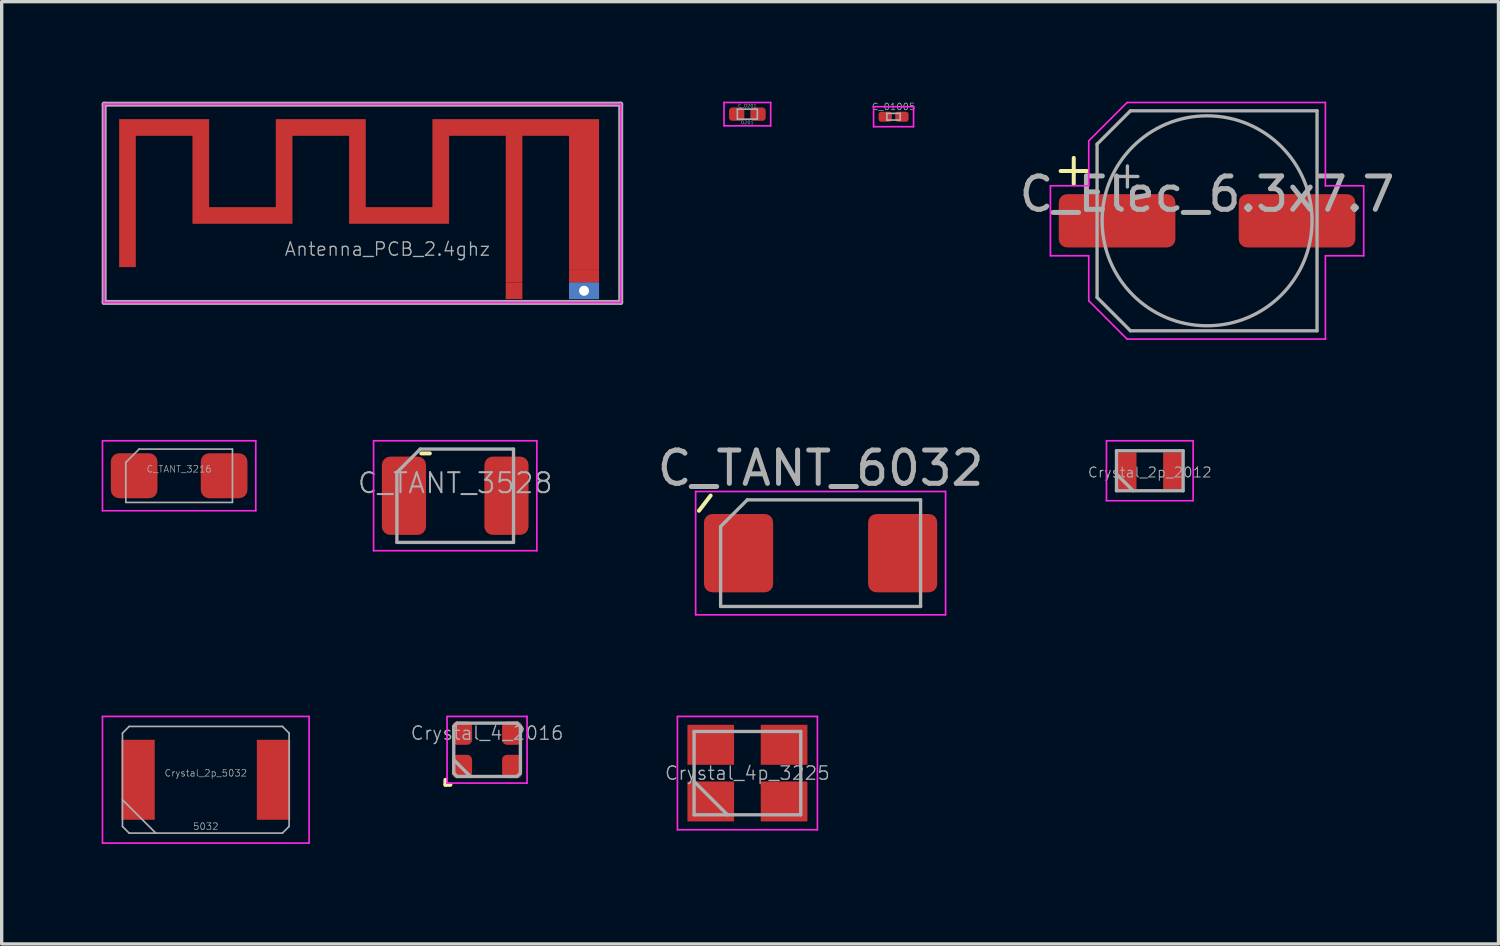
<source format=kicad_pcb>
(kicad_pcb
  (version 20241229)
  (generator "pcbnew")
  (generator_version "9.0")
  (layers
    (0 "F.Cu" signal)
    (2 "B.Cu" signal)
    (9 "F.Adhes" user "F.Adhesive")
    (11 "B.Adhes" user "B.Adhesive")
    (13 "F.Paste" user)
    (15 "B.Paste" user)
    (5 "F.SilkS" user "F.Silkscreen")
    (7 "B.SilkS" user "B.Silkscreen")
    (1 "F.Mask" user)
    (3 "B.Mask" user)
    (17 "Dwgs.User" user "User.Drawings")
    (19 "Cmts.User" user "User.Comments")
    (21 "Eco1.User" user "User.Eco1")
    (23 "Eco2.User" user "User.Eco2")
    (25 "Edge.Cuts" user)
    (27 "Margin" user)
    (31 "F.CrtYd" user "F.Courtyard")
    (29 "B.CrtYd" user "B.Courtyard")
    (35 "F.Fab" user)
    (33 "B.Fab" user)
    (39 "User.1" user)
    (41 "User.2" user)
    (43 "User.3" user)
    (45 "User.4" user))
  (footprint "C_Elec_6.3x7.7"
    (layer "F.Cu")
    (at 33.169 3.575)
    (property "Reference" "C_Elec_6.3x7.7" (at 0 -0.8 0) (layer "F.Fab") (effects (font (size 1 1) (thickness 0.15))))
    (attr smd)
    (fp_line (start -4.394 -1.494) (end -3.606 -1.494) (stroke (width 0.12) (type solid)) (layer "F.SilkS"))
    (fp_line (start -4 -1.887) (end -4 -1.1) (stroke (width 0.12) (type solid)) (layer "F.SilkS"))
    (fp_line (start -4.7 -1.05) (end -4.7 1.05) (stroke (width 0.05) (type solid)) (layer "F.CrtYd"))
    (fp_line (start -4.7 1.05) (end -3.55 1.05) (stroke (width 0.05) (type solid)) (layer "F.CrtYd"))
    (fp_line (start -3.55 -2.4) (end -3.55 -1.05) (stroke (width 0.05) (type solid)) (layer "F.CrtYd"))
    (fp_line (start -3.55 -2.4) (end -2.4 -3.55) (stroke (width 0.05) (type solid)) (layer "F.CrtYd"))
    (fp_line (start -3.55 -1.05) (end -4.7 -1.05) (stroke (width 0.05) (type solid)) (layer "F.CrtYd"))
    (fp_line (start -3.55 1.05) (end -3.55 2.4) (stroke (width 0.05) (type solid)) (layer "F.CrtYd"))
    (fp_line (start -2.4 -3.55) (end 3.55 -3.55) (stroke (width 0.05) (type solid)) (layer "F.CrtYd"))
    (fp_line (start -2.4 3.55) (end -3.55 2.4) (stroke (width 0.05) (type solid)) (layer "F.CrtYd"))
    (fp_line (start -2.4 3.55) (end 3.55 3.55) (stroke (width 0.05) (type solid)) (layer "F.CrtYd"))
    (fp_line (start 3.55 -3.55) (end 3.55 -1.05) (stroke (width 0.05) (type solid)) (layer "F.CrtYd"))
    (fp_line (start 3.55 -1.05) (end 4.7 -1.05) (stroke (width 0.05) (type solid)) (layer "F.CrtYd"))
    (fp_line (start 3.55 1.05) (end 3.55 3.55) (stroke (width 0.05) (type solid)) (layer "F.CrtYd"))
    (fp_line (start 4.7 -1.05) (end 4.7 1.05) (stroke (width 0.05) (type solid)) (layer "F.CrtYd"))
    (fp_line (start 4.7 1.05) (end 3.55 1.05) (stroke (width 0.05) (type solid)) (layer "F.CrtYd"))
    (fp_line (start -3.3 -2.3) (end -3.3 2.3) (stroke (width 0.1) (type solid)) (layer "F.Fab"))
    (fp_line (start -3.3 -2.3) (end -2.3 -3.3) (stroke (width 0.1) (type solid)) (layer "F.Fab"))
    (fp_line (start -3.3 2.3) (end -2.3 3.3) (stroke (width 0.1) (type solid)) (layer "F.Fab"))
    (fp_line (start -2.705 -1.33) (end -2.075 -1.33) (stroke (width 0.1) (type solid)) (layer "F.Fab"))
    (fp_line (start -2.39 -1.645) (end -2.39 -1.015) (stroke (width 0.1) (type solid)) (layer "F.Fab"))
    (fp_line (start -2.3 -3.3) (end 3.3 -3.3) (stroke (width 0.1) (type solid)) (layer "F.Fab"))
    (fp_line (start -2.3 3.3) (end 3.3 3.3) (stroke (width 0.1) (type solid)) (layer "F.Fab"))
    (fp_line (start 3.3 -3.3) (end 3.3 3.3) (stroke (width 0.1) (type solid)) (layer "F.Fab"))
    (fp_circle (center 0 0) (end 3.15 0) (stroke (width 0.1) (type solid)) (fill no) (layer "F.Fab"))
    (pad "1" smd roundrect (at -2.7 0) (size 3.5 1.6) (layers "F.Cu" "F.Mask" "F.Paste") (roundrect_rratio 0.156))
    (pad "2" smd roundrect (at 2.7 0) (size 3.5 1.6) (layers "F.Cu" "F.Mask" "F.Paste") (roundrect_rratio 0.156)))
  (footprint "C_TANT_3528"
    (layer "F.Cu")
    (at 10.609 11.825)
    (property "Reference" "C_TANT_3528" (at 0 -0.381 0) (layer "F.Fab") (effects (font (size 0.6 0.6) (thickness 0.06))))
    (attr smd)
    (fp_line (start -1.016 -1.27) (end -0.762 -1.27) (stroke (width 0.12) (type solid)) (layer "F.SilkS"))
    (fp_line (start -2.45 -1.65) (end 2.45 -1.65) (stroke (width 0.05) (type solid)) (layer "F.CrtYd"))
    (fp_line (start -2.45 1.65) (end -2.45 -1.65) (stroke (width 0.05) (type solid)) (layer "F.CrtYd"))
    (fp_line (start 2.45 -1.65) (end 2.45 1.65) (stroke (width 0.05) (type solid)) (layer "F.CrtYd"))
    (fp_line (start 2.45 1.65) (end -2.45 1.65) (stroke (width 0.05) (type solid)) (layer "F.CrtYd"))
    (fp_line (start -1.75 -0.7) (end -1.75 1.4) (stroke (width 0.1) (type solid)) (layer "F.Fab"))
    (fp_line (start -1.75 1.4) (end 1.75 1.4) (stroke (width 0.1) (type solid)) (layer "F.Fab"))
    (fp_line (start -1.05 -1.4) (end -1.75 -0.7) (stroke (width 0.1) (type solid)) (layer "F.Fab"))
    (fp_line (start 1.75 -1.4) (end -1.05 -1.4) (stroke (width 0.1) (type solid)) (layer "F.Fab"))
    (fp_line (start 1.75 1.4) (end 1.75 -1.4) (stroke (width 0.1) (type solid)) (layer "F.Fab"))
    (pad "1" smd roundrect (at -1.538 0) (size 1.325 2.35) (layers "F.Cu" "F.Mask" "F.Paste") (roundrect_rratio 0.189))
    (pad "2" smd roundrect (at 1.538 0) (size 1.325 2.35) (layers "F.Cu" "F.Mask" "F.Paste") (roundrect_rratio 0.189)))
  (footprint "C_TANT_6032"
    (layer "F.Cu")
    (at 21.573 13.548)
    (property "Reference" "C_TANT_6032" (at 0 -2.55 0) (layer "F.Fab") (effects (font (size 1 1) (thickness 0.15))))
    (attr smd)
    (fp_line (start -3.3 -1.728) (end -3.65 -1.272) (stroke (width 0.12) (type solid)) (layer "F.SilkS"))
    (fp_line (start -3.75 -1.85) (end 3.75 -1.85) (stroke (width 0.05) (type solid)) (layer "F.CrtYd"))
    (fp_line (start -3.75 1.85) (end -3.75 -1.85) (stroke (width 0.05) (type solid)) (layer "F.CrtYd"))
    (fp_line (start 3.75 -1.85) (end 3.75 1.85) (stroke (width 0.05) (type solid)) (layer "F.CrtYd"))
    (fp_line (start 3.75 1.85) (end -3.75 1.85) (stroke (width 0.05) (type solid)) (layer "F.CrtYd"))
    (fp_line (start -3 -0.8) (end -3 1.6) (stroke (width 0.1) (type solid)) (layer "F.Fab"))
    (fp_line (start -3 1.6) (end 3 1.6) (stroke (width 0.1) (type solid)) (layer "F.Fab"))
    (fp_line (start -2.2 -1.6) (end -3 -0.8) (stroke (width 0.1) (type solid)) (layer "F.Fab"))
    (fp_line (start 3 -1.6) (end -2.2 -1.6) (stroke (width 0.1) (type solid)) (layer "F.Fab"))
    (fp_line (start 3 1.6) (end 3 -1.6) (stroke (width 0.1) (type solid)) (layer "F.Fab"))
    (pad "1" smd roundrect (at -2.462 0) (size 2.075 2.35) (layers "F.Cu" "F.Mask" "F.Paste") (roundrect_rratio 0.12))
    (pad "2" smd roundrect (at 2.462 0) (size 2.075 2.35) (layers "F.Cu" "F.Mask" "F.Paste") (roundrect_rratio 0.12)))
  (footprint "Crystal_4p_3225"
    (layer "F.Cu")
    (at 19.377 20.148)
    (property "Reference" "Crystal_4p_3225" (at 0 0 0) (unlocked yes) (layer "F.Fab") (effects (font (size 0.4 0.4) (thickness 0.04))))
    (attr smd)
    (fp_line (start -2.1 -1.7) (end -2.1 1.7) (stroke (width 0.05) (type solid)) (layer "F.CrtYd"))
    (fp_line (start -2.1 1.7) (end 2.1 1.7) (stroke (width 0.05) (type solid)) (layer "F.CrtYd"))
    (fp_line (start 2.1 -1.7) (end -2.1 -1.7) (stroke (width 0.05) (type solid)) (layer "F.CrtYd"))
    (fp_line (start 2.1 1.7) (end 2.1 -1.7) (stroke (width 0.05) (type solid)) (layer "F.CrtYd"))
    (fp_line (start -1.6 -1.25) (end -1.6 1.25) (stroke (width 0.1) (type solid)) (layer "F.Fab"))
    (fp_line (start -1.6 0.25) (end -0.6 1.25) (stroke (width 0.1) (type solid)) (layer "F.Fab"))
    (fp_line (start -1.6 1.25) (end 1.6 1.25) (stroke (width 0.1) (type solid)) (layer "F.Fab"))
    (fp_line (start 1.6 -1.25) (end -1.6 -1.25) (stroke (width 0.1) (type solid)) (layer "F.Fab"))
    (fp_line (start 1.6 1.25) (end 1.6 -1.25) (stroke (width 0.1) (type solid)) (layer "F.Fab"))
    (pad "1" smd rect (at -1.1 0.85) (size 1.4 1.2) (layers "F.Cu" "F.Mask" "F.Paste"))
    (pad "2" smd rect (at 1.1 0.85) (size 1.4 1.2) (layers "F.Cu" "F.Mask" "F.Paste"))
    (pad "3" smd rect (at 1.1 -0.85) (size 1.4 1.2) (layers "F.Cu" "F.Mask" "F.Paste"))
    (pad "4" smd rect (at -1.1 -0.85) (size 1.4 1.2) (layers "F.Cu" "F.Mask" "F.Paste")))
  (footprint "Crystal_2p_5032"
    (layer "F.Cu")
    (at 3.125 20.348)
    (property "Reference" "Crystal_2p_5032" (at 0 -0.2 0) (unlocked yes) (layer "F.Fab") (effects (font (size 0.2 0.2) (thickness 0.02))))
    (attr smd)
    (fp_line (start -3.1 -1.9) (end -3.1 1.9) (stroke (width 0.05) (type solid)) (layer "F.CrtYd"))
    (fp_line (start -3.1 1.9) (end 3.1 1.9) (stroke (width 0.05) (type solid)) (layer "F.CrtYd"))
    (fp_line (start 3.1 -1.9) (end -3.1 -1.9) (stroke (width 0.05) (type solid)) (layer "F.CrtYd"))
    (fp_line (start 3.1 1.9) (end 3.1 -1.9) (stroke (width 0.05) (type solid)) (layer "F.CrtYd"))
    (fp_line (start -2.5 -1.4) (end -2.3 -1.6) (stroke (width 0.05) (type solid)) (layer "F.Fab"))
    (fp_line (start -2.5 0.6) (end -1.5 1.6) (stroke (width 0.05) (type solid)) (layer "F.Fab"))
    (fp_line (start -2.5 1.4) (end -2.5 -1.4) (stroke (width 0.05) (type solid)) (layer "F.Fab"))
    (fp_line (start -2.3 -1.6) (end 2.3 -1.6) (stroke (width 0.05) (type solid)) (layer "F.Fab"))
    (fp_line (start -2.3 1.6) (end -2.5 1.4) (stroke (width 0.05) (type solid)) (layer "F.Fab"))
    (fp_line (start 2.3 -1.6) (end 2.5 -1.4) (stroke (width 0.05) (type solid)) (layer "F.Fab"))
    (fp_line (start 2.3 1.6) (end -2.3 1.6) (stroke (width 0.05) (type solid)) (layer "F.Fab"))
    (fp_line (start 2.5 -1.4) (end 2.5 1.4) (stroke (width 0.05) (type solid)) (layer "F.Fab"))
    (fp_line (start 2.5 1.4) (end 2.3 1.6) (stroke (width 0.05) (type solid)) (layer "F.Fab"))
    (fp_text user "5032" (at 0 1.4 0) (unlocked yes) (layer "F.Fab") (effects (font (size 0.2 0.2) (thickness 0.02))))
    (pad "1" smd rect (at -2.032 0) (size 1 2.4) (layers "F.Cu" "F.Mask" "F.Paste"))
    (pad "2" smd rect (at 2.032 0) (size 1 2.4) (layers "F.Cu" "F.Mask" "F.Paste")))
  (footprint "C_TANT_3216"
    (layer "F.Cu")
    (at 2.325 11.225)
    (property "Reference" "C_TANT_3216" (at 0 -0.2 0) (unlocked yes) (layer "F.Fab") (effects (font (size 0.2 0.2) (thickness 0.02))))
    (attr smd)
    (fp_line (start -2.3 -1.05) (end 2.3 -1.05) (stroke (width 0.05) (type solid)) (layer "F.CrtYd"))
    (fp_line (start -2.3 1.05) (end -2.3 -1.05) (stroke (width 0.05) (type solid)) (layer "F.CrtYd"))
    (fp_line (start 2.3 -1.05) (end 2.3 1.05) (stroke (width 0.05) (type solid)) (layer "F.CrtYd"))
    (fp_line (start 2.3 1.05) (end -2.3 1.05) (stroke (width 0.05) (type solid)) (layer "F.CrtYd"))
    (fp_line (start -1.6 -0.4) (end -1.6 0.8) (stroke (width 0.05) (type solid)) (layer "F.Fab"))
    (fp_line (start -1.6 0.8) (end 1.6 0.8) (stroke (width 0.05) (type solid)) (layer "F.Fab"))
    (fp_line (start -1.2 -0.8) (end -1.6 -0.4) (stroke (width 0.05) (type solid)) (layer "F.Fab"))
    (fp_line (start 1.6 -0.8) (end -1.2 -0.8) (stroke (width 0.05) (type solid)) (layer "F.Fab"))
    (fp_line (start 1.6 0.8) (end 1.6 -0.8) (stroke (width 0.05) (type solid)) (layer "F.Fab"))
    (pad "1" smd roundrect (at -1.35 0) (size 1.4 1.35) (layers "F.Cu" "F.Mask" "F.Paste") (roundrect_rratio 0.185))
    (pad "2" smd roundrect (at 1.35 0) (size 1.4 1.35) (layers "F.Cu" "F.Mask" "F.Paste") (roundrect_rratio 0.185)))
  (footprint "Crystal_4_2016"
    (layer "F.Cu")
    (at 11.565 19.448)
    (property "Reference" "Crystal_4_2016" (at 0 -0.5 0) (layer "F.Fab") (effects (font (size 0.4 0.4) (thickness 0.04))))
    (attr smd)
    (fp_line (start -1.25 0.9) (end -1.25 1.05) (stroke (width 0.12) (type solid)) (layer "F.SilkS"))
    (fp_line (start -1.25 1.05) (end -1.1 1.05) (stroke (width 0.12) (type solid)) (layer "F.SilkS"))
    (fp_line (start -1.2 -1) (end -1.2 1) (stroke (width 0.05) (type solid)) (layer "F.CrtYd"))
    (fp_line (start -1.2 -1) (end 1.2 -1) (stroke (width 0.05) (type solid)) (layer "F.CrtYd"))
    (fp_line (start -1.2 1) (end 1.2 1) (stroke (width 0.05) (type solid)) (layer "F.CrtYd"))
    (fp_line (start 1.2 1) (end 1.2 -1) (stroke (width 0.05) (type solid)) (layer "F.CrtYd"))
    (fp_line (start -1 -0.7) (end -0.9 -0.8) (stroke (width 0.1) (type solid)) (layer "F.Fab"))
    (fp_line (start -1 0.3) (end -0.5 0.8) (stroke (width 0.1) (type solid)) (layer "F.Fab"))
    (fp_line (start -1 0.7) (end -1 -0.7) (stroke (width 0.1) (type solid)) (layer "F.Fab"))
    (fp_line (start -0.9 -0.8) (end 0.9 -0.8) (stroke (width 0.1) (type solid)) (layer "F.Fab"))
    (fp_line (start -0.9 0.8) (end -1 0.7) (stroke (width 0.1) (type solid)) (layer "F.Fab"))
    (fp_line (start 0.9 -0.8) (end 1 -0.7) (stroke (width 0.1) (type solid)) (layer "F.Fab"))
    (fp_line (start 0.9 0.8) (end -0.9 0.8) (stroke (width 0.1) (type solid)) (layer "F.Fab"))
    (fp_line (start 1 -0.7) (end 1 0.7) (stroke (width 0.1) (type solid)) (layer "F.Fab"))
    (fp_line (start 1 0.7) (end 0.9 0.8) (stroke (width 0.1) (type solid)) (layer "F.Fab"))
    (pad "1" smd roundrect (at -0.75 0.5) (size 0.6 0.7) (layers "F.Cu" "F.Mask" "F.Paste") (roundrect_rratio 0.25))
    (pad "2" smd roundrect (at 0.75 0.5) (size 0.6 0.7) (layers "F.Cu" "F.Mask" "F.Paste") (roundrect_rratio 0.25))
    (pad "3" smd roundrect (at 0.75 -0.5) (size 0.6 0.7) (layers "F.Cu" "F.Mask" "F.Paste") (roundrect_rratio 0.25))
    (pad "4" smd roundrect (at -0.75 -0.5) (size 0.6 0.7) (layers "F.Cu" "F.Mask" "F.Paste") (roundrect_rratio 0.25)))
  (footprint "Crystal_2p_2012"
    (layer "F.Cu")
    (at 31.451 11.075)
    (property "Reference" "Crystal_2p_2012" (at 0 0.05 0) (unlocked yes) (layer "F.Fab") (effects (font (size 0.3 0.3) (thickness 0.03))))
    (attr smd)
    (fp_line (start -1.3 -0.9) (end -1.3 0.9) (stroke (width 0.05) (type solid)) (layer "F.CrtYd"))
    (fp_line (start -1.3 0.9) (end 1.3 0.9) (stroke (width 0.05) (type solid)) (layer "F.CrtYd"))
    (fp_line (start 1.3 -0.9) (end -1.3 -0.9) (stroke (width 0.05) (type solid)) (layer "F.CrtYd"))
    (fp_line (start 1.3 0.9) (end 1.3 -0.9) (stroke (width 0.05) (type solid)) (layer "F.CrtYd"))
    (fp_line (start -1 -0.6) (end -1 0.6) (stroke (width 0.1) (type solid)) (layer "F.Fab"))
    (fp_line (start -1 0.1) (end -0.5 0.6) (stroke (width 0.1) (type solid)) (layer "F.Fab"))
    (fp_line (start -1 0.6) (end 1 0.6) (stroke (width 0.1) (type solid)) (layer "F.Fab"))
    (fp_line (start 1 -0.6) (end -1 -0.6) (stroke (width 0.1) (type solid)) (layer "F.Fab"))
    (fp_line (start 1 0.6) (end 1 -0.6) (stroke (width 0.1) (type solid)) (layer "F.Fab"))
    (pad "1" smd rect (at -0.7 0) (size 0.6 1.1) (layers "F.Cu" "F.Mask" "F.Paste"))
    (pad "2" smd rect (at 0.7 0) (size 0.6 1.1) (layers "F.Cu" "F.Mask" "F.Paste")))
  (footprint "C_0201"
    (layer "F.Cu")
    (at 19.375 0.375)
    (property "Reference" "C_0201" (at 0 -0.25 0) (layer "F.Fab") (effects (font (size 0.1 0.1) (thickness 0.01))))
    (attr smd)
    (fp_line (start -0.7 -0.35) (end 0.7 -0.35) (stroke (width 0.05) (type solid)) (layer "F.CrtYd"))
    (fp_line (start -0.7 0.35) (end -0.7 -0.35) (stroke (width 0.05) (type solid)) (layer "F.CrtYd"))
    (fp_line (start 0.7 -0.35) (end 0.7 0.35) (stroke (width 0.05) (type solid)) (layer "F.CrtYd"))
    (fp_line (start 0.7 0.35) (end -0.7 0.35) (stroke (width 0.05) (type solid)) (layer "F.CrtYd"))
    (fp_line (start -0.3 -0.15) (end 0.3 -0.15) (stroke (width 0.05) (type solid)) (layer "F.Fab"))
    (fp_line (start -0.3 0.15) (end -0.3 -0.15) (stroke (width 0.05) (type solid)) (layer "F.Fab"))
    (fp_line (start 0.3 -0.15) (end 0.3 0.15) (stroke (width 0.05) (type solid)) (layer "F.Fab"))
    (fp_line (start 0.3 0.15) (end -0.3 0.15) (stroke (width 0.05) (type solid)) (layer "F.Fab"))
    (fp_text user "0201" (at 0 0.25 0) (layer "F.Fab") (effects (font (size 0.1 0.1) (thickness 0.01))))
    (pad "" smd roundrect (at -0.345 0) (size 0.318 0.36) (layers "F.Paste") (roundrect_rratio 0.25))
    (pad "" smd roundrect (at 0.345 0) (size 0.318 0.36) (layers "F.Paste") (roundrect_rratio 0.25))
    (pad "1" smd roundrect (at -0.32 0) (size 0.46 0.4) (layers "F.Cu" "F.Mask") (roundrect_rratio 0.25))
    (pad "2" smd roundrect (at 0.32 0) (size 0.46 0.4) (layers "F.Cu" "F.Mask") (roundrect_rratio 0.25)))
  (footprint "C_01005"
    (layer "F.Cu")
    (at 23.762 0.452)
    (property "Reference" "C_01005" (at 0 -0.3 0) (unlocked yes) (layer "F.Fab") (effects (font (size 0.2 0.2) (thickness 0.02))))
    (attr smd)
    (fp_line (start -0.6 -0.3) (end 0.6 -0.3) (stroke (width 0.05) (type solid)) (layer "F.CrtYd"))
    (fp_line (start -0.6 0.3) (end -0.6 -0.3) (stroke (width 0.05) (type solid)) (layer "F.CrtYd"))
    (fp_line (start 0.6 -0.3) (end 0.6 0.3) (stroke (width 0.05) (type solid)) (layer "F.CrtYd"))
    (fp_line (start 0.6 0.3) (end -0.6 0.3) (stroke (width 0.05) (type solid)) (layer "F.CrtYd"))
    (fp_line (start -0.2 -0.1) (end 0.2 -0.1) (stroke (width 0.05) (type solid)) (layer "F.Fab"))
    (fp_line (start -0.2 0.1) (end -0.2 -0.1) (stroke (width 0.05) (type solid)) (layer "F.Fab"))
    (fp_line (start 0.2 -0.1) (end 0.2 0.1) (stroke (width 0.05) (type solid)) (layer "F.Fab"))
    (fp_line (start 0.2 0.1) (end -0.2 0.1) (stroke (width 0.05) (type solid)) (layer "F.Fab"))
    (pad "" smd roundrect (at -0.275 0) (size 0.27 0.27) (layers "F.Paste") (roundrect_rratio 0.25))
    (pad "" smd roundrect (at 0.275 0) (size 0.27 0.27) (layers "F.Paste") (roundrect_rratio 0.25))
    (pad "1" smd roundrect (at -0.25 0) (size 0.4 0.3) (layers "F.Cu" "F.Mask") (roundrect_rratio 0.25))
    (pad "2" smd roundrect (at 0.25 0) (size 0.4 0.3) (layers "F.Cu" "F.Mask") (roundrect_rratio 0.25)))
  (footprint "Antenna_PCB_2.4ghz"
    (layer "F.Cu")
    (at 12.625 5.925)
    (property "Reference" "Antenna_PCB_2.4ghz" (at -4.05 -1.5 0) (layer "F.Fab") (effects (font (size 0.4 0.4) (thickness 0.04))))
    (attr exclude_from_pos_files exclude_from_bom)
    (fp_line (start -12.55 -5.85) (end -12.55 0.1) (stroke (width 0.05) (type solid)) (layer "F.CrtYd"))
    (fp_line (start -12.55 0.1) (end 2.95 0.1) (stroke (width 0.05) (type solid)) (layer "F.CrtYd"))
    (fp_line (start 2.95 -5.85) (end -12.55 -5.85) (stroke (width 0.05) (type solid)) (layer "F.CrtYd"))
    (fp_line (start 2.95 0.1) (end 2.95 -5.85) (stroke (width 0.05) (type solid)) (layer "F.CrtYd"))
    (fp_line (start -12.55 -5.85) (end -12.55 0.1) (stroke (width 0.15) (type solid)) (layer "F.Fab"))
    (fp_line (start -12.55 0.1) (end 2.95 0.1) (stroke (width 0.15) (type solid)) (layer "F.Fab"))
    (fp_line (start 2.95 -5.85) (end -12.55 -5.85) (stroke (width 0.15) (type solid)) (layer "F.Fab"))
    (fp_line (start 2.95 0.1) (end 2.95 -5.85) (stroke (width 0.15) (type solid)) (layer "F.Fab"))
    (pad "1" connect custom (at -0.25 -0.875) (size 0.5 0.75) (layers "F.Cu") (options (anchor rect)) (primitives (gr_poly (pts (xy -2.45 -1.885) (xy -4.45 -1.885) (xy -4.45 -4.525) (xy -7.15 -4.525) (xy -7.15 -1.885) (xy -9.15 -1.885) (xy -9.15 -4.525) (xy -11.85 -4.525) (xy -11.85 -0.085) (xy -11.35 -0.085) (xy -11.35 -4.025) (xy -9.65 -4.025) (xy -9.65 -1.385) (xy -6.65 -1.385) (xy -6.65 -4.025) (xy -4.95 -4.025) (xy -4.95 -1.385) (xy -1.95 -1.385) (xy -1.95 -4.025) (xy -0.25 -4.025) (xy -0.25 0.375) (xy 0.25 0.375) (xy 0.25 -4.025) (xy 1.65 -4.025) (xy 1.65 -0.025) (xy 2.55 -0.025) (xy 2.55 -4.525) (xy -2.45 -4.525) (xy -2.45 -1.885)) (width 0) (fill yes))))
    (pad "1" connect rect (at -0.25 -0.25) (size 0.5 0.5) (layers "F.Cu"))
    (pad "2" smd rect (at 1.85 -0.7) (size 0.9 0.4) (layers "F.Cu" "F.Mask" "F.Paste"))
    (pad "2" thru_hole rect (at 1.85 -0.25) (size 0.9 0.5) (drill 0.3) (layers "*.Cu")))
  (gr_rect
    (start -3 -3)
    (end 41.913 25.273)
    (stroke (width 0.1) (type default))
    (fill no)
    (layer "Edge.Cuts")))
</source>
